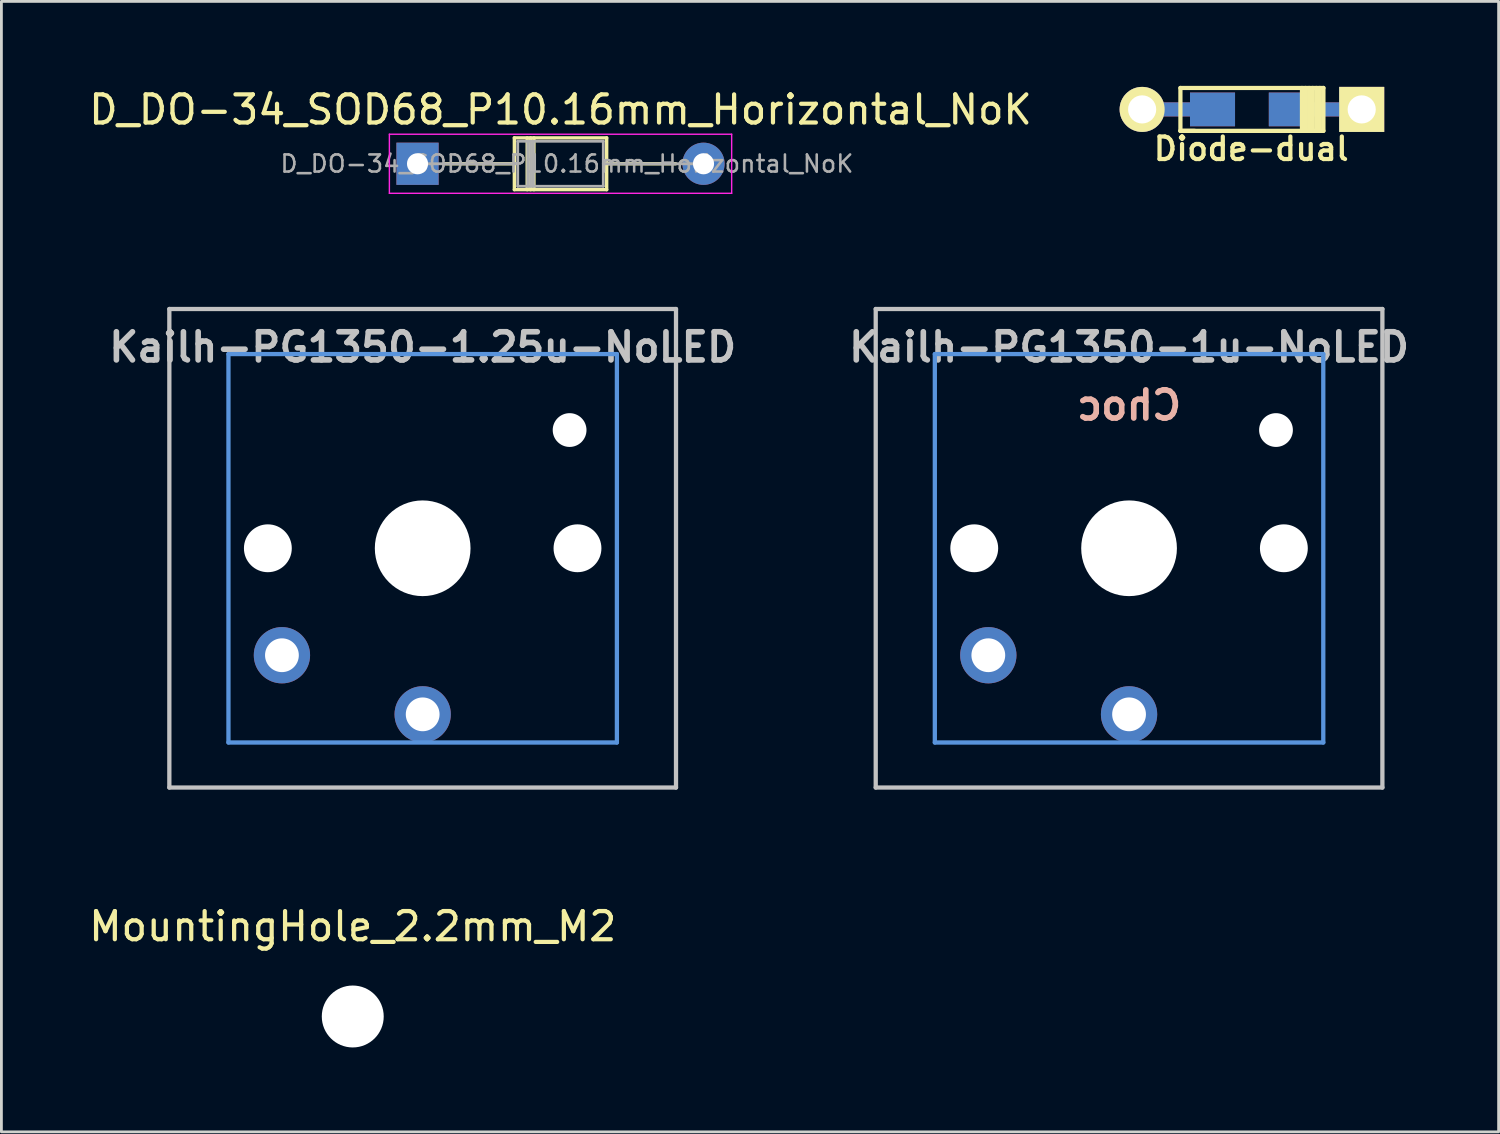
<source format=kicad_pcb>
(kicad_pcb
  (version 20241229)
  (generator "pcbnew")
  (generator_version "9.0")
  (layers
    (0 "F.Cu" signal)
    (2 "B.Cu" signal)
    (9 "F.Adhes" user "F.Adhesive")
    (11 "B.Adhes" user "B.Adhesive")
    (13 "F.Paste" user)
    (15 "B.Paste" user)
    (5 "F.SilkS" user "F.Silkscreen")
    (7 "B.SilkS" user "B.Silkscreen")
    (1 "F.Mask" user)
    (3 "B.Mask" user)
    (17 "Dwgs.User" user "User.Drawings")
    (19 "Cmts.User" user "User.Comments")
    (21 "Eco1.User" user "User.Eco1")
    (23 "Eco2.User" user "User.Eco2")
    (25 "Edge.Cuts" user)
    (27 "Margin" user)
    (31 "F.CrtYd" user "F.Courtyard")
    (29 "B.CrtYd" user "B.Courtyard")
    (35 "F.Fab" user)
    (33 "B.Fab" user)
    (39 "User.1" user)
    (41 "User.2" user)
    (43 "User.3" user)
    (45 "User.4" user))
  (footprint "Kailh-PG1350-1u-NoLED"
    (layer "F.Cu")
    (at 37.061 16.428)
    (property "Reference" "Kailh-PG1350-1u-NoLED" (at 0 -7.144 180) (layer "Dwgs.User") (effects (font (size 1 1) (thickness 0.2))))
    (property "Value" "Choc" (at 0 -5.08 180) (layer "F.SilkS") (hide yes) (effects (font (size 1 1) (thickness 0.2))))
    (attr through_hole)
    (fp_line (start -9 -8.5) (end 9 -8.5) (stroke (width 0.152) (type solid)) (layer "Dwgs.User"))
    (fp_line (start -9 8.5) (end -9 -8.5) (stroke (width 0.152) (type solid)) (layer "Dwgs.User"))
    (fp_line (start 9 -8.5) (end 9 8.5) (stroke (width 0.152) (type solid)) (layer "Dwgs.User"))
    (fp_line (start 9 8.5) (end -9 8.5) (stroke (width 0.152) (type solid)) (layer "Dwgs.User"))
    (fp_line (start -6.9 -6.9) (end 6.9 -6.9) (stroke (width 0.152) (type solid)) (layer "Cmts.User"))
    (fp_line (start -6.9 6.9) (end -6.9 -6.9) (stroke (width 0.152) (type solid)) (layer "Cmts.User"))
    (fp_line (start 6.9 -6.9) (end 6.9 6.9) (stroke (width 0.152) (type solid)) (layer "Cmts.User"))
    (fp_line (start 6.9 6.9) (end -6.9 6.9) (stroke (width 0.152) (type solid)) (layer "Cmts.User"))
    (fp_line (start -9.525 -9.525) (end -9.525 9.525) (stroke (width 0.12) (type solid)) (layer "Eco1.User"))
    (fp_line (start -9.525 -9.525) (end 9.525 -9.525) (stroke (width 0.12) (type solid)) (layer "Eco1.User"))
    (fp_line (start -9.525 9.525) (end 9.525 9.525) (stroke (width 0.12) (type solid)) (layer "Eco1.User"))
    (fp_line (start 9.525 -9.525) (end 9.525 9.525) (stroke (width 0.12) (type solid)) (layer "Eco1.User"))
    (fp_line (start -7.5 -7.5) (end 7.5 -7.5) (stroke (width 0.152) (type solid)) (layer "Eco2.User"))
    (fp_line (start -7.5 7.5) (end -7.5 -7.5) (stroke (width 0.152) (type solid)) (layer "Eco2.User"))
    (fp_line (start 7.5 -7.5) (end 7.5 7.5) (stroke (width 0.152) (type solid)) (layer "Eco2.User"))
    (fp_line (start 7.5 7.5) (end -7.5 7.5) (stroke (width 0.152) (type solid)) (layer "Eco2.User"))
    (fp_text user "${VALUE}" (at 0 -5.08 0) (layer "B.SilkS") (effects (font (size 1 1) (thickness 0.2)) (justify mirror)))
    (pad "" np_thru_hole circle (at -5.5 0 180) (size 1.7 1.7) (drill 1.7) (layers "*.Cu" "*.Mask"))
    (pad "" np_thru_hole circle (at 0 0 180) (size 3.4 3.4) (drill 3.4) (layers "*.Cu" "*.Mask"))
    (pad "" np_thru_hole circle (at 5.22 -4.2 180) (size 1.2 1.2) (drill 1.2) (layers "*.Cu" "*.Mask"))
    (pad "" np_thru_hole circle (at 5.5 0 180) (size 1.7 1.7) (drill 1.7) (layers "*.Cu" "*.Mask"))
    (pad "1" thru_hole circle (at 0 5.9 180) (size 2 2) (drill 1.2) (layers "*.Cu" "*.Mask"))
    (pad "2" thru_hole circle (at -5 3.8 41.9) (size 2 2) (drill 1.2) (layers "*.Cu" "*.Mask")))
  (footprint "Diode-dual"
    (layer "F.Cu")
    (at 41.426 0.837)
    (property "Reference" "Diode-dual" (at -0.025 1.4 0) (layer "F.SilkS") (effects (font (size 0.8 0.8) (thickness 0.15))))
    (attr smd)
    (fp_line (start -2.54 -0.762) (end -2.54 0.762) (stroke (width 0.15) (type solid)) (layer "F.SilkS"))
    (fp_line (start -2.54 0.762) (end -2.032 0.762) (stroke (width 0.15) (type solid)) (layer "F.SilkS"))
    (fp_line (start -2.54 0.762) (end 2.54 0.762) (stroke (width 0.15) (type solid)) (layer "F.SilkS"))
    (fp_line (start 1.778 0.762) (end 1.778 -0.762) (stroke (width 0.15) (type solid)) (layer "F.SilkS"))
    (fp_line (start 1.905 0.762) (end 1.905 -0.762) (stroke (width 0.15) (type solid)) (layer "F.SilkS"))
    (fp_line (start 2.032 -0.762) (end 2.032 0.762) (stroke (width 0.15) (type solid)) (layer "F.SilkS"))
    (fp_line (start 2.159 0.762) (end 2.159 -0.762) (stroke (width 0.15) (type solid)) (layer "F.SilkS"))
    (fp_line (start 2.286 -0.762) (end 2.286 0.762) (stroke (width 0.15) (type solid)) (layer "F.SilkS"))
    (fp_line (start 2.413 0.762) (end 2.413 -0.762) (stroke (width 0.15) (type solid)) (layer "F.SilkS"))
    (fp_line (start 2.54 -0.762) (end -2.54 -0.762) (stroke (width 0.15) (type solid)) (layer "F.SilkS"))
    (fp_line (start 2.54 0.762) (end 2.54 -0.762) (stroke (width 0.15) (type solid)) (layer "F.SilkS"))
    (pad "1" smd rect (at 1.4 0) (size 1.6 1.2) (layers "F.Cu" "F.Mask" "F.Paste"))
    (pad "1" smd rect (at 1.4 0) (size 1.6 1.2) (layers "B.Cu" "B.Mask" "B.Paste"))
    (pad "1" smd rect (at 2.5 0) (size 2.9 0.5) (layers "F.Cu"))
    (pad "1" smd rect (at 2.5 0) (size 2.9 0.5) (layers "B.Cu"))
    (pad "1" thru_hole rect (at 3.9 0) (size 1.6 1.6) (drill 1) (layers "*.Cu" "*.Mask" "F.SilkS"))
    (pad "2" thru_hole circle (at -3.9 0) (size 1.6 1.6) (drill 1) (layers "*.Cu" "*.Mask" "F.SilkS"))
    (pad "2" smd rect (at -2.5 0) (size 2.9 0.5) (layers "F.Cu"))
    (pad "2" smd rect (at -2.5 0) (size 2.9 0.5) (layers "B.Cu"))
    (pad "2" smd rect (at -1.4 0) (size 1.6 1.2) (layers "F.Cu" "F.Mask" "F.Paste"))
    (pad "2" smd rect (at -1.4 0) (size 1.6 1.2) (layers "B.Cu" "B.Mask" "B.Paste")))
  (footprint "D_DO-34_SOD68_P10.16mm_Horizontal_NoK"
    (layer "F.Cu")
    (at 11.783 2.768)
    (property "Reference" "D_DO-34_SOD68_P10.16mm_Horizontal_NoK" (at 5.08 -1.92 0) (layer "F.SilkS") (effects (font (size 1 1) (thickness 0.15))))
    (attr through_hole)
    (fp_line (start 0.99 0) (end 3.44 0) (stroke (width 0.12) (type solid)) (layer "F.SilkS"))
    (fp_line (start 3.44 -0.92) (end 3.44 0.92) (stroke (width 0.12) (type solid)) (layer "F.SilkS"))
    (fp_line (start 3.44 0.92) (end 6.72 0.92) (stroke (width 0.12) (type solid)) (layer "F.SilkS"))
    (fp_line (start 3.896 -0.92) (end 3.896 0.92) (stroke (width 0.12) (type solid)) (layer "F.SilkS"))
    (fp_line (start 4.016 -0.92) (end 4.016 0.92) (stroke (width 0.12) (type solid)) (layer "F.SilkS"))
    (fp_line (start 4.136 -0.92) (end 4.136 0.92) (stroke (width 0.12) (type solid)) (layer "F.SilkS"))
    (fp_line (start 6.72 -0.92) (end 3.44 -0.92) (stroke (width 0.12) (type solid)) (layer "F.SilkS"))
    (fp_line (start 6.72 0.92) (end 6.72 -0.92) (stroke (width 0.12) (type solid)) (layer "F.SilkS"))
    (fp_line (start 9.17 0) (end 6.72 0) (stroke (width 0.12) (type solid)) (layer "F.SilkS"))
    (fp_line (start -1 -1.05) (end -1 1.05) (stroke (width 0.05) (type solid)) (layer "F.CrtYd"))
    (fp_line (start -1 1.05) (end 11.16 1.05) (stroke (width 0.05) (type solid)) (layer "F.CrtYd"))
    (fp_line (start 11.16 -1.05) (end -1 -1.05) (stroke (width 0.05) (type solid)) (layer "F.CrtYd"))
    (fp_line (start 11.16 1.05) (end 11.16 -1.05) (stroke (width 0.05) (type solid)) (layer "F.CrtYd"))
    (fp_line (start 0 0) (end 3.56 0) (stroke (width 0.1) (type solid)) (layer "F.Fab"))
    (fp_line (start 3.56 -0.8) (end 3.56 0.8) (stroke (width 0.1) (type solid)) (layer "F.Fab"))
    (fp_line (start 3.56 0.8) (end 6.6 0.8) (stroke (width 0.1) (type solid)) (layer "F.Fab"))
    (fp_line (start 3.916 -0.8) (end 3.916 0.8) (stroke (width 0.1) (type solid)) (layer "F.Fab"))
    (fp_line (start 4.016 -0.8) (end 4.016 0.8) (stroke (width 0.1) (type solid)) (layer "F.Fab"))
    (fp_line (start 4.116 -0.8) (end 4.116 0.8) (stroke (width 0.1) (type solid)) (layer "F.Fab"))
    (fp_line (start 6.6 -0.8) (end 3.56 -0.8) (stroke (width 0.1) (type solid)) (layer "F.Fab"))
    (fp_line (start 6.6 0.8) (end 6.6 -0.8) (stroke (width 0.1) (type solid)) (layer "F.Fab"))
    (fp_line (start 10.16 0) (end 6.6 0) (stroke (width 0.1) (type solid)) (layer "F.Fab"))
    (fp_text user "${REFERENCE}" (at 5.308 0 0) (layer "F.Fab") (effects (font (size 0.608 0.608) (thickness 0.091))))
    (pad "1" thru_hole rect (at 0 0) (size 1.5 1.5) (drill 0.75) (layers "*.Cu" "*.Mask"))
    (pad "2" thru_hole oval (at 10.16 0) (size 1.5 1.5) (drill 0.75) (layers "*.Cu" "*.Mask")))
  (footprint "Kailh-PG1350-1.25u-NoLED"
    (layer "F.Cu")
    (at 11.966 16.428)
    (property "Reference" "Kailh-PG1350-1.25u-NoLED" (at 0 -7.144 180) (layer "Dwgs.User") (effects (font (size 1 1) (thickness 0.2))))
    (attr through_hole)
    (fp_line (start -9 -8.5) (end 9 -8.5) (stroke (width 0.152) (type solid)) (layer "Dwgs.User"))
    (fp_line (start -9 8.5) (end -9 -8.5) (stroke (width 0.152) (type solid)) (layer "Dwgs.User"))
    (fp_line (start 9 -8.5) (end 9 8.5) (stroke (width 0.152) (type solid)) (layer "Dwgs.User"))
    (fp_line (start 9 8.5) (end -9 8.5) (stroke (width 0.152) (type solid)) (layer "Dwgs.User"))
    (fp_line (start -6.9 -6.9) (end 6.9 -6.9) (stroke (width 0.152) (type solid)) (layer "Cmts.User"))
    (fp_line (start -6.9 6.9) (end -6.9 -6.9) (stroke (width 0.152) (type solid)) (layer "Cmts.User"))
    (fp_line (start 6.9 -6.9) (end 6.9 6.9) (stroke (width 0.152) (type solid)) (layer "Cmts.User"))
    (fp_line (start 6.9 6.9) (end -6.9 6.9) (stroke (width 0.152) (type solid)) (layer "Cmts.User"))
    (fp_line (start -11.906 -9.525) (end -11.906 9.525) (stroke (width 0.12) (type solid)) (layer "Eco1.User"))
    (fp_line (start -11.906 -9.525) (end 11.906 -9.525) (stroke (width 0.12) (type solid)) (layer "Eco1.User"))
    (fp_line (start -11.906 9.525) (end 11.906 9.525) (stroke (width 0.12) (type solid)) (layer "Eco1.User"))
    (fp_line (start 11.906 -9.525) (end 11.906 9.525) (stroke (width 0.12) (type solid)) (layer "Eco1.User"))
    (fp_line (start -7.5 -7.5) (end 7.5 -7.5) (stroke (width 0.152) (type solid)) (layer "Eco2.User"))
    (fp_line (start -7.5 7.5) (end -7.5 -7.5) (stroke (width 0.152) (type solid)) (layer "Eco2.User"))
    (fp_line (start 7.5 -7.5) (end 7.5 7.5) (stroke (width 0.152) (type solid)) (layer "Eco2.User"))
    (fp_line (start 7.5 7.5) (end -7.5 7.5) (stroke (width 0.152) (type solid)) (layer "Eco2.User"))
    (pad "" np_thru_hole circle (at -5.5 0 180) (size 1.7 1.7) (drill 1.7) (layers "*.Cu" "*.Mask"))
    (pad "" np_thru_hole circle (at 0 0 180) (size 3.4 3.4) (drill 3.4) (layers "*.Cu" "*.Mask"))
    (pad "" np_thru_hole circle (at 5.22 -4.2 180) (size 1.2 1.2) (drill 1.2) (layers "*.Cu" "*.Mask"))
    (pad "" np_thru_hole circle (at 5.5 0 180) (size 1.7 1.7) (drill 1.7) (layers "*.Cu" "*.Mask"))
    (pad "1" thru_hole circle (at 0 5.9 180) (size 2 2) (drill 1.2) (layers "*.Cu" "*.Mask"))
    (pad "2" thru_hole circle (at -5 3.8 41.9) (size 2 2) (drill 1.2) (layers "*.Cu" "*.Mask")))
  (footprint "MountingHole_2.2mm_M2"
    (layer "F.Cu")
    (at 9.482 33.062)
    (property "Reference" "MountingHole_2.2mm_M2" (at 0 -3.2 0) (layer "F.SilkS") (effects (font (size 1 1) (thickness 0.15))))
    (attr exclude_from_pos_files exclude_from_bom)
    (pad "" np_thru_hole circle (at 0 0) (size 2.2 2.2) (drill 2.2) (layers "*.Cu" "*.Mask")))
  (gr_rect
    (start -3 -3)
    (end 50.19 37.161)
    (stroke (width 0.1) (type default))
    (fill no)
    (layer "Edge.Cuts")))
</source>
